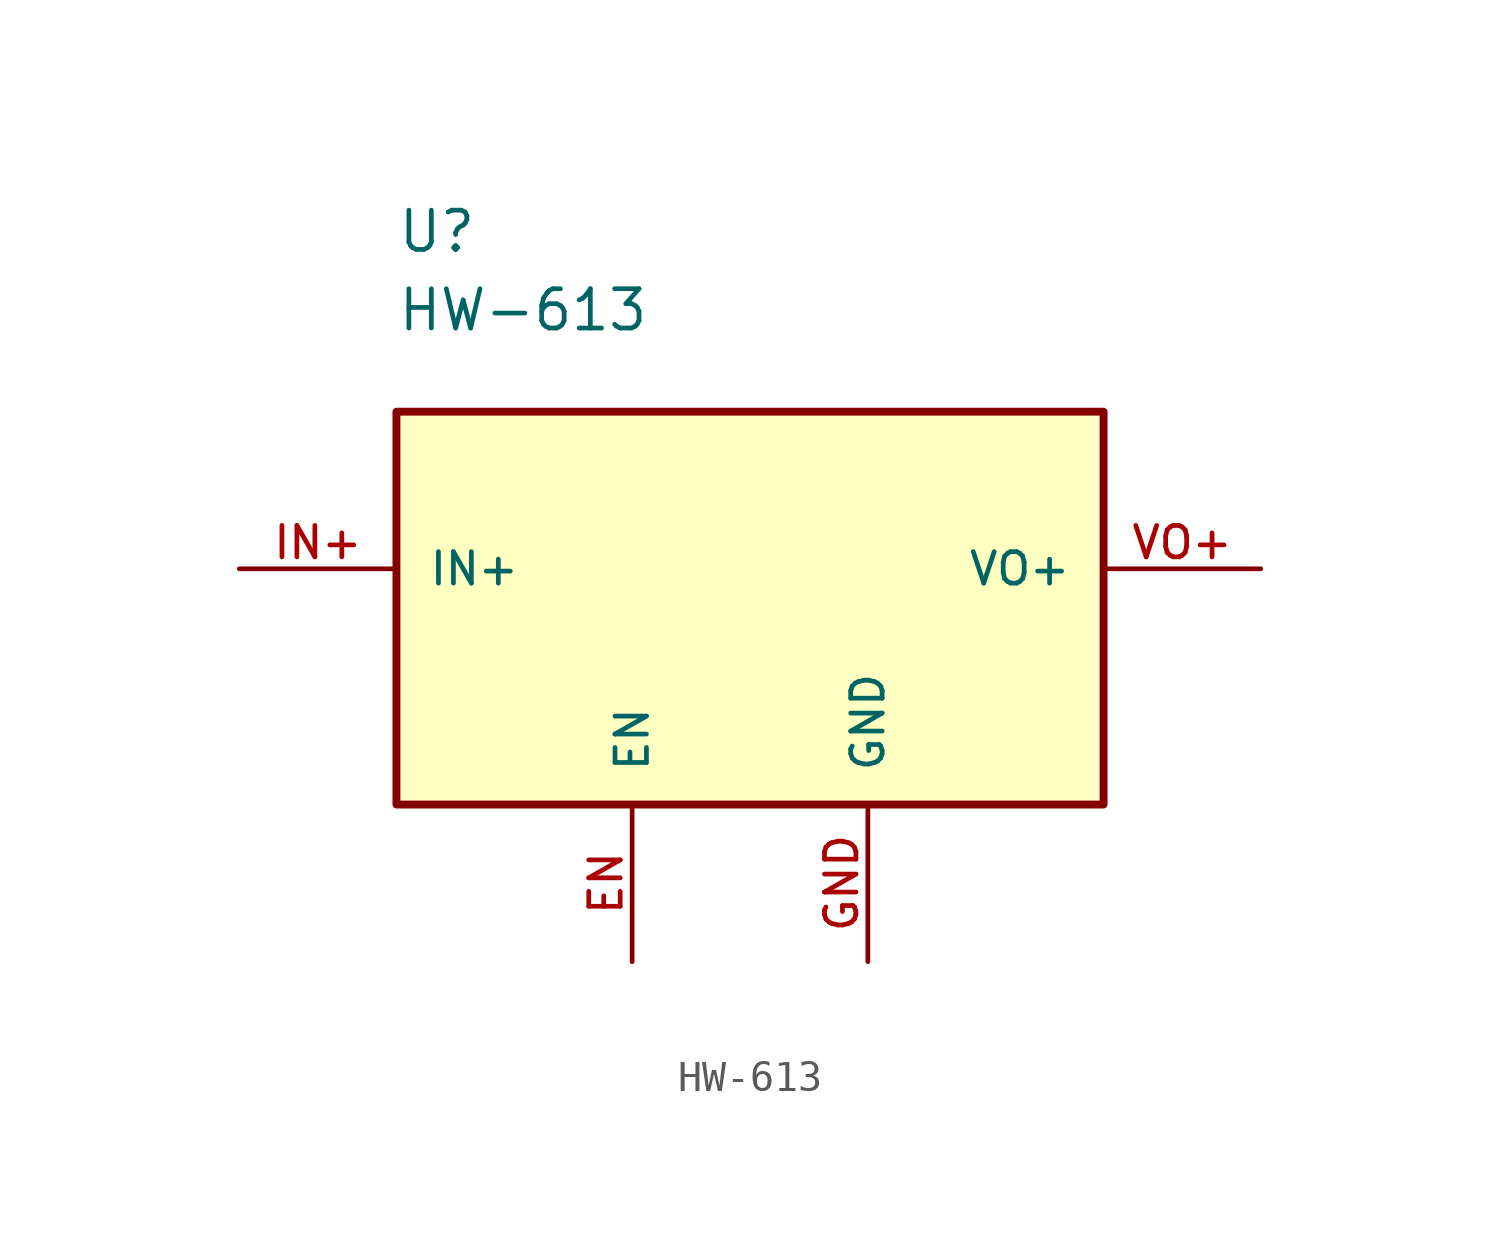
<source format=kicad_sym>
(kicad_symbol_lib
  (version 20211014)
  (generator kicad_symbol_editor)
  (symbol "HW-613"
    (pin_names
      (offset 1.016))
    (property "Reference" "U"
      (at -12.7 7.62 0)
      (effects (font (size 1.27 1.27)) (justify bottom left)))
    (property "Value" "HW-613"
      (at -12.7 5.08 0)
      (effects (font (size 1.27 1.27)) (justify bottom left)))
    (symbol "HW-613_0_0"
      (rectangle (start -12.7 -10.16) (end 10.16 2.54) (stroke (width 0.254)) (fill (type background)))
      (pin bidirectional line (at -17.78 -2.54 0) (length 5.08) (name "IN+" (effects (font (size 1.016 1.016)))) (number "IN+" (effects (font (size 1.016 1.016)))))
      (pin bidirectional line (at -5.08 -15.24 90.0) (length 5.08) (name "EN" (effects (font (size 1.016 1.016)))) (number "EN" (effects (font (size 1.016 1.016)))))
      (pin bidirectional line (at 15.24 -2.54 180.0) (length 5.08) (name "VO+" (effects (font (size 1.016 1.016)))) (number "VO+" (effects (font (size 1.016 1.016)))))
      (pin bidirectional line (at 2.54 -15.24 90.0) (length 5.08) (name "GND" (effects (font (size 1.016 1.016)))) (number "GND" (effects (font (size 1.016 1.016))))))))
</source>
